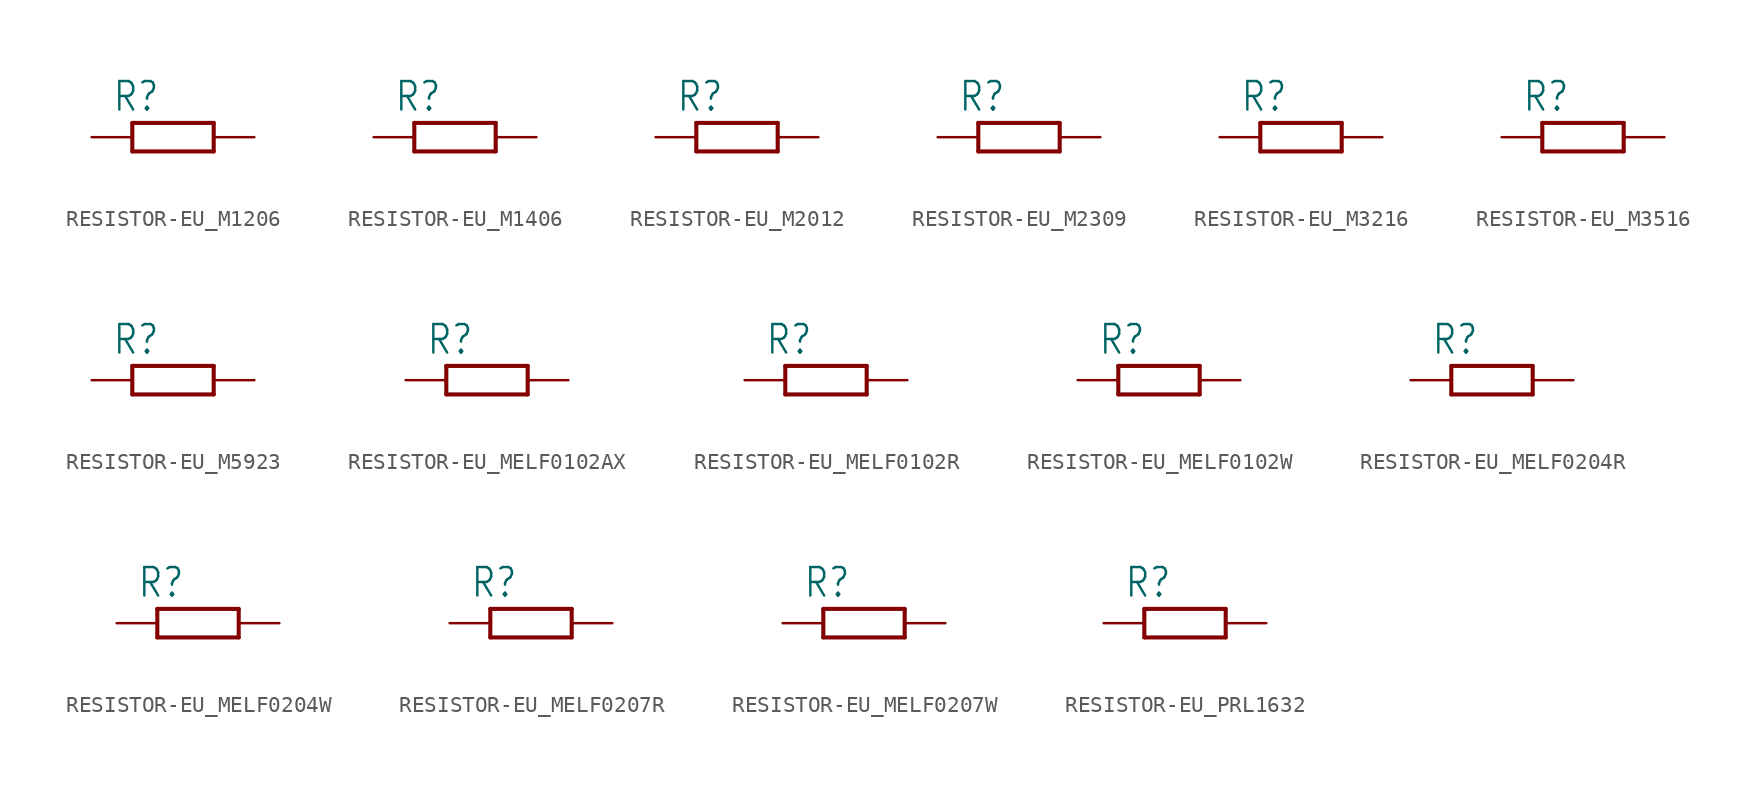
<source format=kicad_sym>
(kicad_symbol_lib
  (version 20231120)
  (generator "kicad_symbol_editor")
  (generator_version "8.0")
  (symbol "RESISTOR-EU_M1206"
    (property "Reference" "R"
      (at -3.81 1.499 0)
      (effects (font (size 1.778 1.511)) (justify left bottom)))
    (property "Value" ""
      (at -3.81 -3.302 0)
      (effects (font (size 1.778 1.511)) (justify left bottom)))
    (property "ki_locked" ""
      (at 0 0 0)
      (effects (font (size 1.27 1.27))))
    (symbol "RESISTOR-EU_M1206_1_0"
      (polyline (pts (xy -2.54 -0.889) (xy -2.54 0.889)) (stroke (width 0.254) (type solid)) (fill (type none)))
      (polyline (pts (xy -2.54 -0.889) (xy 2.54 -0.889)) (stroke (width 0.254) (type solid)) (fill (type none)))
      (polyline (pts (xy 2.54 -0.889) (xy 2.54 0.889)) (stroke (width 0.254) (type solid)) (fill (type none)))
      (polyline (pts (xy 2.54 0.889) (xy -2.54 0.889)) (stroke (width 0.254) (type solid)) (fill (type none)))
      (pin passive line (at -5.08 0 0) (length 2.54) (name "1" (effects (font (size 0 0)))) (number "1" (effects (font (size 0 0)))))
      (pin passive line (at 5.08 0 180) (length 2.54) (name "2" (effects (font (size 0 0)))) (number "2" (effects (font (size 0 0)))))))
  (symbol "RESISTOR-EU_M1406"
    (property "Reference" "R"
      (at -3.81 1.499 0)
      (effects (font (size 1.778 1.511)) (justify left bottom)))
    (property "Value" ""
      (at -3.81 -3.302 0)
      (effects (font (size 1.778 1.511)) (justify left bottom)))
    (property "ki_locked" ""
      (at 0 0 0)
      (effects (font (size 1.27 1.27))))
    (symbol "RESISTOR-EU_M1406_1_0"
      (polyline (pts (xy -2.54 -0.889) (xy -2.54 0.889)) (stroke (width 0.254) (type solid)) (fill (type none)))
      (polyline (pts (xy -2.54 -0.889) (xy 2.54 -0.889)) (stroke (width 0.254) (type solid)) (fill (type none)))
      (polyline (pts (xy 2.54 -0.889) (xy 2.54 0.889)) (stroke (width 0.254) (type solid)) (fill (type none)))
      (polyline (pts (xy 2.54 0.889) (xy -2.54 0.889)) (stroke (width 0.254) (type solid)) (fill (type none)))
      (pin passive line (at -5.08 0 0) (length 2.54) (name "1" (effects (font (size 0 0)))) (number "1" (effects (font (size 0 0)))))
      (pin passive line (at 5.08 0 180) (length 2.54) (name "2" (effects (font (size 0 0)))) (number "2" (effects (font (size 0 0)))))))
  (symbol "RESISTOR-EU_M2012"
    (property "Reference" "R"
      (at -3.81 1.499 0)
      (effects (font (size 1.778 1.511)) (justify left bottom)))
    (property "Value" ""
      (at -3.81 -3.302 0)
      (effects (font (size 1.778 1.511)) (justify left bottom)))
    (property "ki_locked" ""
      (at 0 0 0)
      (effects (font (size 1.27 1.27))))
    (symbol "RESISTOR-EU_M2012_1_0"
      (polyline (pts (xy -2.54 -0.889) (xy -2.54 0.889)) (stroke (width 0.254) (type solid)) (fill (type none)))
      (polyline (pts (xy -2.54 -0.889) (xy 2.54 -0.889)) (stroke (width 0.254) (type solid)) (fill (type none)))
      (polyline (pts (xy 2.54 -0.889) (xy 2.54 0.889)) (stroke (width 0.254) (type solid)) (fill (type none)))
      (polyline (pts (xy 2.54 0.889) (xy -2.54 0.889)) (stroke (width 0.254) (type solid)) (fill (type none)))
      (pin passive line (at -5.08 0 0) (length 2.54) (name "1" (effects (font (size 0 0)))) (number "1" (effects (font (size 0 0)))))
      (pin passive line (at 5.08 0 180) (length 2.54) (name "2" (effects (font (size 0 0)))) (number "2" (effects (font (size 0 0)))))))
  (symbol "RESISTOR-EU_M2309"
    (property "Reference" "R"
      (at -3.81 1.499 0)
      (effects (font (size 1.778 1.511)) (justify left bottom)))
    (property "Value" ""
      (at -3.81 -3.302 0)
      (effects (font (size 1.778 1.511)) (justify left bottom)))
    (property "ki_locked" ""
      (at 0 0 0)
      (effects (font (size 1.27 1.27))))
    (symbol "RESISTOR-EU_M2309_1_0"
      (polyline (pts (xy -2.54 -0.889) (xy -2.54 0.889)) (stroke (width 0.254) (type solid)) (fill (type none)))
      (polyline (pts (xy -2.54 -0.889) (xy 2.54 -0.889)) (stroke (width 0.254) (type solid)) (fill (type none)))
      (polyline (pts (xy 2.54 -0.889) (xy 2.54 0.889)) (stroke (width 0.254) (type solid)) (fill (type none)))
      (polyline (pts (xy 2.54 0.889) (xy -2.54 0.889)) (stroke (width 0.254) (type solid)) (fill (type none)))
      (pin passive line (at -5.08 0 0) (length 2.54) (name "1" (effects (font (size 0 0)))) (number "1" (effects (font (size 0 0)))))
      (pin passive line (at 5.08 0 180) (length 2.54) (name "2" (effects (font (size 0 0)))) (number "2" (effects (font (size 0 0)))))))
  (symbol "RESISTOR-EU_M3216"
    (property "Reference" "R"
      (at -3.81 1.499 0)
      (effects (font (size 1.778 1.511)) (justify left bottom)))
    (property "Value" ""
      (at -3.81 -3.302 0)
      (effects (font (size 1.778 1.511)) (justify left bottom)))
    (property "ki_locked" ""
      (at 0 0 0)
      (effects (font (size 1.27 1.27))))
    (symbol "RESISTOR-EU_M3216_1_0"
      (polyline (pts (xy -2.54 -0.889) (xy -2.54 0.889)) (stroke (width 0.254) (type solid)) (fill (type none)))
      (polyline (pts (xy -2.54 -0.889) (xy 2.54 -0.889)) (stroke (width 0.254) (type solid)) (fill (type none)))
      (polyline (pts (xy 2.54 -0.889) (xy 2.54 0.889)) (stroke (width 0.254) (type solid)) (fill (type none)))
      (polyline (pts (xy 2.54 0.889) (xy -2.54 0.889)) (stroke (width 0.254) (type solid)) (fill (type none)))
      (pin passive line (at -5.08 0 0) (length 2.54) (name "1" (effects (font (size 0 0)))) (number "1" (effects (font (size 0 0)))))
      (pin passive line (at 5.08 0 180) (length 2.54) (name "2" (effects (font (size 0 0)))) (number "2" (effects (font (size 0 0)))))))
  (symbol "RESISTOR-EU_M3516"
    (property "Reference" "R"
      (at -3.81 1.499 0)
      (effects (font (size 1.778 1.511)) (justify left bottom)))
    (property "Value" ""
      (at -3.81 -3.302 0)
      (effects (font (size 1.778 1.511)) (justify left bottom)))
    (property "ki_locked" ""
      (at 0 0 0)
      (effects (font (size 1.27 1.27))))
    (symbol "RESISTOR-EU_M3516_1_0"
      (polyline (pts (xy -2.54 -0.889) (xy -2.54 0.889)) (stroke (width 0.254) (type solid)) (fill (type none)))
      (polyline (pts (xy -2.54 -0.889) (xy 2.54 -0.889)) (stroke (width 0.254) (type solid)) (fill (type none)))
      (polyline (pts (xy 2.54 -0.889) (xy 2.54 0.889)) (stroke (width 0.254) (type solid)) (fill (type none)))
      (polyline (pts (xy 2.54 0.889) (xy -2.54 0.889)) (stroke (width 0.254) (type solid)) (fill (type none)))
      (pin passive line (at -5.08 0 0) (length 2.54) (name "1" (effects (font (size 0 0)))) (number "1" (effects (font (size 0 0)))))
      (pin passive line (at 5.08 0 180) (length 2.54) (name "2" (effects (font (size 0 0)))) (number "2" (effects (font (size 0 0)))))))
  (symbol "RESISTOR-EU_M5923"
    (property "Reference" "R"
      (at -3.81 1.499 0)
      (effects (font (size 1.778 1.511)) (justify left bottom)))
    (property "Value" ""
      (at -3.81 -3.302 0)
      (effects (font (size 1.778 1.511)) (justify left bottom)))
    (property "ki_locked" ""
      (at 0 0 0)
      (effects (font (size 1.27 1.27))))
    (symbol "RESISTOR-EU_M5923_1_0"
      (polyline (pts (xy -2.54 -0.889) (xy -2.54 0.889)) (stroke (width 0.254) (type solid)) (fill (type none)))
      (polyline (pts (xy -2.54 -0.889) (xy 2.54 -0.889)) (stroke (width 0.254) (type solid)) (fill (type none)))
      (polyline (pts (xy 2.54 -0.889) (xy 2.54 0.889)) (stroke (width 0.254) (type solid)) (fill (type none)))
      (polyline (pts (xy 2.54 0.889) (xy -2.54 0.889)) (stroke (width 0.254) (type solid)) (fill (type none)))
      (pin passive line (at -5.08 0 0) (length 2.54) (name "1" (effects (font (size 0 0)))) (number "1" (effects (font (size 0 0)))))
      (pin passive line (at 5.08 0 180) (length 2.54) (name "2" (effects (font (size 0 0)))) (number "2" (effects (font (size 0 0)))))))
  (symbol "RESISTOR-EU_MELF0102AX"
    (property "Reference" "R"
      (at -3.81 1.499 0)
      (effects (font (size 1.778 1.511)) (justify left bottom)))
    (property "Value" ""
      (at -3.81 -3.302 0)
      (effects (font (size 1.778 1.511)) (justify left bottom)))
    (property "ki_locked" ""
      (at 0 0 0)
      (effects (font (size 1.27 1.27))))
    (symbol "RESISTOR-EU_MELF0102AX_1_0"
      (polyline (pts (xy -2.54 -0.889) (xy -2.54 0.889)) (stroke (width 0.254) (type solid)) (fill (type none)))
      (polyline (pts (xy -2.54 -0.889) (xy 2.54 -0.889)) (stroke (width 0.254) (type solid)) (fill (type none)))
      (polyline (pts (xy 2.54 -0.889) (xy 2.54 0.889)) (stroke (width 0.254) (type solid)) (fill (type none)))
      (polyline (pts (xy 2.54 0.889) (xy -2.54 0.889)) (stroke (width 0.254) (type solid)) (fill (type none)))
      (pin passive line (at -5.08 0 0) (length 2.54) (name "1" (effects (font (size 0 0)))) (number "1" (effects (font (size 0 0)))))
      (pin passive line (at 5.08 0 180) (length 2.54) (name "2" (effects (font (size 0 0)))) (number "2" (effects (font (size 0 0)))))))
  (symbol "RESISTOR-EU_MELF0102R"
    (property "Reference" "R"
      (at -3.81 1.499 0)
      (effects (font (size 1.778 1.511)) (justify left bottom)))
    (property "Value" ""
      (at -3.81 -3.302 0)
      (effects (font (size 1.778 1.511)) (justify left bottom)))
    (property "ki_locked" ""
      (at 0 0 0)
      (effects (font (size 1.27 1.27))))
    (symbol "RESISTOR-EU_MELF0102R_1_0"
      (polyline (pts (xy -2.54 -0.889) (xy -2.54 0.889)) (stroke (width 0.254) (type solid)) (fill (type none)))
      (polyline (pts (xy -2.54 -0.889) (xy 2.54 -0.889)) (stroke (width 0.254) (type solid)) (fill (type none)))
      (polyline (pts (xy 2.54 -0.889) (xy 2.54 0.889)) (stroke (width 0.254) (type solid)) (fill (type none)))
      (polyline (pts (xy 2.54 0.889) (xy -2.54 0.889)) (stroke (width 0.254) (type solid)) (fill (type none)))
      (pin passive line (at -5.08 0 0) (length 2.54) (name "1" (effects (font (size 0 0)))) (number "1" (effects (font (size 0 0)))))
      (pin passive line (at 5.08 0 180) (length 2.54) (name "2" (effects (font (size 0 0)))) (number "2" (effects (font (size 0 0)))))))
  (symbol "RESISTOR-EU_MELF0102W"
    (property "Reference" "R"
      (at -3.81 1.499 0)
      (effects (font (size 1.778 1.511)) (justify left bottom)))
    (property "Value" ""
      (at -3.81 -3.302 0)
      (effects (font (size 1.778 1.511)) (justify left bottom)))
    (property "ki_locked" ""
      (at 0 0 0)
      (effects (font (size 1.27 1.27))))
    (symbol "RESISTOR-EU_MELF0102W_1_0"
      (polyline (pts (xy -2.54 -0.889) (xy -2.54 0.889)) (stroke (width 0.254) (type solid)) (fill (type none)))
      (polyline (pts (xy -2.54 -0.889) (xy 2.54 -0.889)) (stroke (width 0.254) (type solid)) (fill (type none)))
      (polyline (pts (xy 2.54 -0.889) (xy 2.54 0.889)) (stroke (width 0.254) (type solid)) (fill (type none)))
      (polyline (pts (xy 2.54 0.889) (xy -2.54 0.889)) (stroke (width 0.254) (type solid)) (fill (type none)))
      (pin passive line (at -5.08 0 0) (length 2.54) (name "1" (effects (font (size 0 0)))) (number "1" (effects (font (size 0 0)))))
      (pin passive line (at 5.08 0 180) (length 2.54) (name "2" (effects (font (size 0 0)))) (number "2" (effects (font (size 0 0)))))))
  (symbol "RESISTOR-EU_MELF0204R"
    (property "Reference" "R"
      (at -3.81 1.499 0)
      (effects (font (size 1.778 1.511)) (justify left bottom)))
    (property "Value" ""
      (at -3.81 -3.302 0)
      (effects (font (size 1.778 1.511)) (justify left bottom)))
    (property "ki_locked" ""
      (at 0 0 0)
      (effects (font (size 1.27 1.27))))
    (symbol "RESISTOR-EU_MELF0204R_1_0"
      (polyline (pts (xy -2.54 -0.889) (xy -2.54 0.889)) (stroke (width 0.254) (type solid)) (fill (type none)))
      (polyline (pts (xy -2.54 -0.889) (xy 2.54 -0.889)) (stroke (width 0.254) (type solid)) (fill (type none)))
      (polyline (pts (xy 2.54 -0.889) (xy 2.54 0.889)) (stroke (width 0.254) (type solid)) (fill (type none)))
      (polyline (pts (xy 2.54 0.889) (xy -2.54 0.889)) (stroke (width 0.254) (type solid)) (fill (type none)))
      (pin passive line (at -5.08 0 0) (length 2.54) (name "1" (effects (font (size 0 0)))) (number "1" (effects (font (size 0 0)))))
      (pin passive line (at 5.08 0 180) (length 2.54) (name "2" (effects (font (size 0 0)))) (number "2" (effects (font (size 0 0)))))))
  (symbol "RESISTOR-EU_MELF0204W"
    (property "Reference" "R"
      (at -3.81 1.499 0)
      (effects (font (size 1.778 1.511)) (justify left bottom)))
    (property "Value" ""
      (at -3.81 -3.302 0)
      (effects (font (size 1.778 1.511)) (justify left bottom)))
    (property "ki_locked" ""
      (at 0 0 0)
      (effects (font (size 1.27 1.27))))
    (symbol "RESISTOR-EU_MELF0204W_1_0"
      (polyline (pts (xy -2.54 -0.889) (xy -2.54 0.889)) (stroke (width 0.254) (type solid)) (fill (type none)))
      (polyline (pts (xy -2.54 -0.889) (xy 2.54 -0.889)) (stroke (width 0.254) (type solid)) (fill (type none)))
      (polyline (pts (xy 2.54 -0.889) (xy 2.54 0.889)) (stroke (width 0.254) (type solid)) (fill (type none)))
      (polyline (pts (xy 2.54 0.889) (xy -2.54 0.889)) (stroke (width 0.254) (type solid)) (fill (type none)))
      (pin passive line (at -5.08 0 0) (length 2.54) (name "1" (effects (font (size 0 0)))) (number "1" (effects (font (size 0 0)))))
      (pin passive line (at 5.08 0 180) (length 2.54) (name "2" (effects (font (size 0 0)))) (number "2" (effects (font (size 0 0)))))))
  (symbol "RESISTOR-EU_MELF0207R"
    (property "Reference" "R"
      (at -3.81 1.499 0)
      (effects (font (size 1.778 1.511)) (justify left bottom)))
    (property "Value" ""
      (at -3.81 -3.302 0)
      (effects (font (size 1.778 1.511)) (justify left bottom)))
    (property "ki_locked" ""
      (at 0 0 0)
      (effects (font (size 1.27 1.27))))
    (symbol "RESISTOR-EU_MELF0207R_1_0"
      (polyline (pts (xy -2.54 -0.889) (xy -2.54 0.889)) (stroke (width 0.254) (type solid)) (fill (type none)))
      (polyline (pts (xy -2.54 -0.889) (xy 2.54 -0.889)) (stroke (width 0.254) (type solid)) (fill (type none)))
      (polyline (pts (xy 2.54 -0.889) (xy 2.54 0.889)) (stroke (width 0.254) (type solid)) (fill (type none)))
      (polyline (pts (xy 2.54 0.889) (xy -2.54 0.889)) (stroke (width 0.254) (type solid)) (fill (type none)))
      (pin passive line (at -5.08 0 0) (length 2.54) (name "1" (effects (font (size 0 0)))) (number "1" (effects (font (size 0 0)))))
      (pin passive line (at 5.08 0 180) (length 2.54) (name "2" (effects (font (size 0 0)))) (number "2" (effects (font (size 0 0)))))))
  (symbol "RESISTOR-EU_MELF0207W"
    (property "Reference" "R"
      (at -3.81 1.499 0)
      (effects (font (size 1.778 1.511)) (justify left bottom)))
    (property "Value" ""
      (at -3.81 -3.302 0)
      (effects (font (size 1.778 1.511)) (justify left bottom)))
    (property "ki_locked" ""
      (at 0 0 0)
      (effects (font (size 1.27 1.27))))
    (symbol "RESISTOR-EU_MELF0207W_1_0"
      (polyline (pts (xy -2.54 -0.889) (xy -2.54 0.889)) (stroke (width 0.254) (type solid)) (fill (type none)))
      (polyline (pts (xy -2.54 -0.889) (xy 2.54 -0.889)) (stroke (width 0.254) (type solid)) (fill (type none)))
      (polyline (pts (xy 2.54 -0.889) (xy 2.54 0.889)) (stroke (width 0.254) (type solid)) (fill (type none)))
      (polyline (pts (xy 2.54 0.889) (xy -2.54 0.889)) (stroke (width 0.254) (type solid)) (fill (type none)))
      (pin passive line (at -5.08 0 0) (length 2.54) (name "1" (effects (font (size 0 0)))) (number "1" (effects (font (size 0 0)))))
      (pin passive line (at 5.08 0 180) (length 2.54) (name "2" (effects (font (size 0 0)))) (number "2" (effects (font (size 0 0)))))))
  (symbol "RESISTOR-EU_PRL1632"
    (property "Reference" "R"
      (at -3.81 1.499 0)
      (effects (font (size 1.778 1.511)) (justify left bottom)))
    (property "Value" ""
      (at -3.81 -3.302 0)
      (effects (font (size 1.778 1.511)) (justify left bottom)))
    (property "ki_locked" ""
      (at 0 0 0)
      (effects (font (size 1.27 1.27))))
    (symbol "RESISTOR-EU_PRL1632_1_0"
      (polyline (pts (xy -2.54 -0.889) (xy -2.54 0.889)) (stroke (width 0.254) (type solid)) (fill (type none)))
      (polyline (pts (xy -2.54 -0.889) (xy 2.54 -0.889)) (stroke (width 0.254) (type solid)) (fill (type none)))
      (polyline (pts (xy 2.54 -0.889) (xy 2.54 0.889)) (stroke (width 0.254) (type solid)) (fill (type none)))
      (polyline (pts (xy 2.54 0.889) (xy -2.54 0.889)) (stroke (width 0.254) (type solid)) (fill (type none)))
      (pin passive line (at -5.08 0 0) (length 2.54) (name "1" (effects (font (size 0 0)))) (number "1" (effects (font (size 0 0)))))
      (pin passive line (at 5.08 0 180) (length 2.54) (name "2" (effects (font (size 0 0)))) (number "2" (effects (font (size 0 0))))))))
</source>
